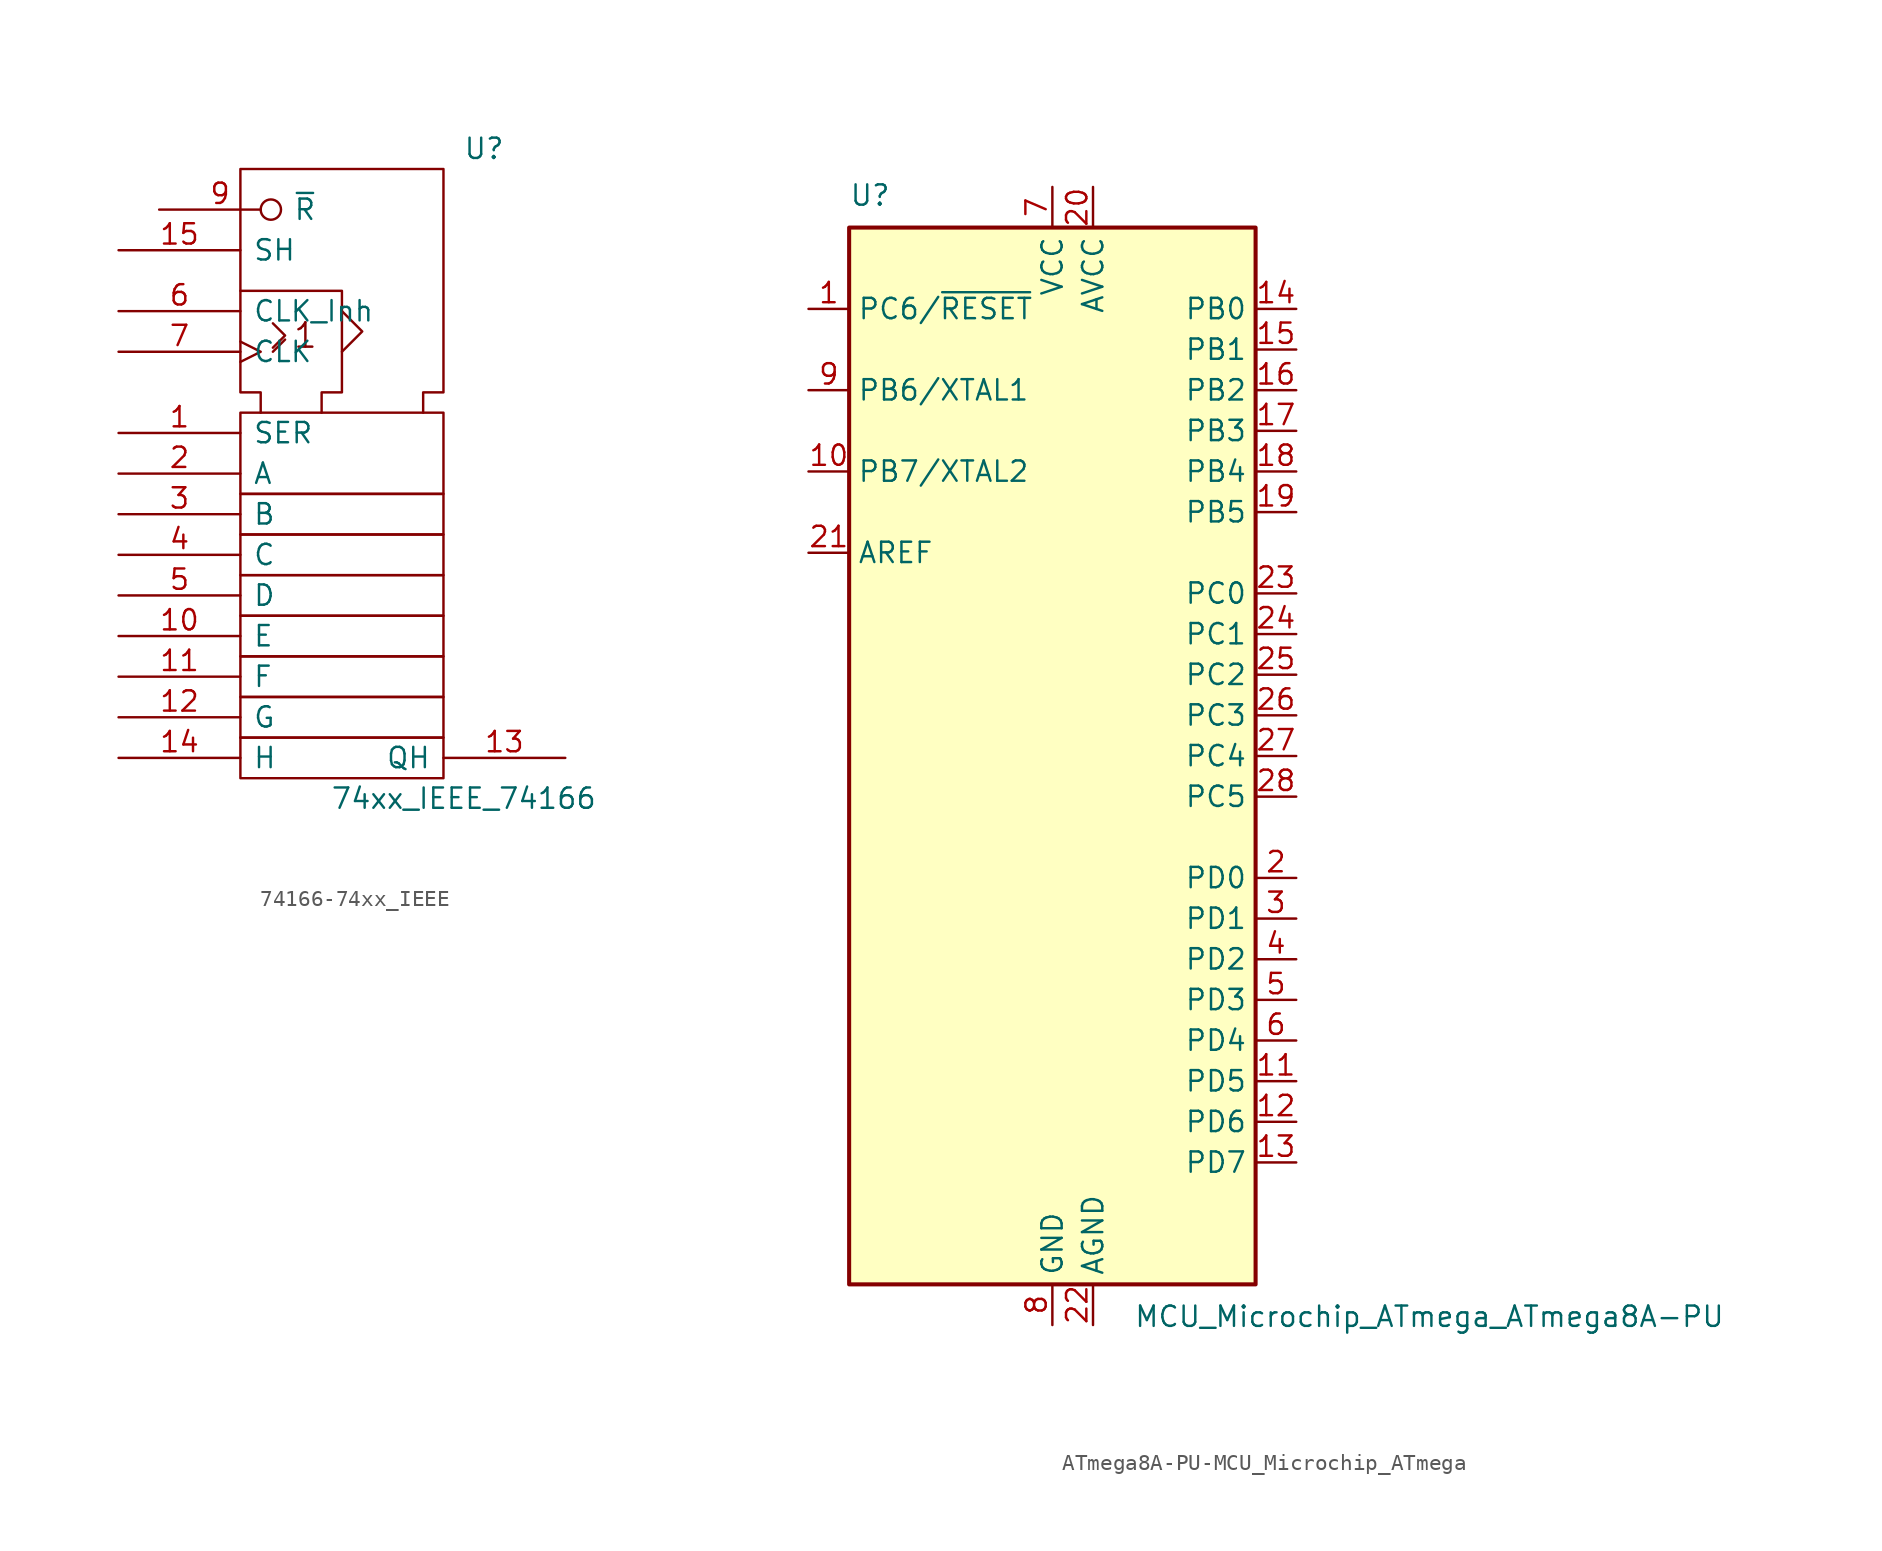
<source format=kicad_sym>
(kicad_symbol_lib
  (version 20220914)
  (generator kicad_symbol_editor)
  (symbol "74166-74xx_IEEE"
    (pin_names
      (offset 0.762))
    (property "Reference" "U"
      (at 8.89 17.78 0)
      (effects (font (size 1.27 1.27))))
    (property "Value" "74xx_IEEE_74166"
      (at 7.62 -22.86 0)
      (effects (font (size 1.27 1.27))))
    (symbol "74166-74xx_IEEE_0_0"
      (rectangle (start -6.35 -19.05) (end -6.35 -19.05) (stroke (width 0) (type solid)) (fill (type none)))
      (rectangle (start -6.35 -19.05) (end 6.35 -21.59) (stroke (width 0) (type solid)) (fill (type none)))
      (rectangle (start -6.35 -16.51) (end 6.35 -19.05) (stroke (width 0) (type solid)) (fill (type none)))
      (rectangle (start -6.35 -13.97) (end 6.35 -16.51) (stroke (width 0) (type solid)) (fill (type none)))
      (rectangle (start -6.35 -11.43) (end 6.35 -13.97) (stroke (width 0) (type solid)) (fill (type none)))
      (rectangle (start -6.35 -8.89) (end 6.35 -11.43) (stroke (width 0) (type solid)) (fill (type none)))
      (rectangle (start -6.35 -6.35) (end 6.35 -8.89) (stroke (width 0) (type solid)) (fill (type none)))
      (rectangle (start -6.35 -3.81) (end 6.35 -6.35) (stroke (width 0) (type solid)) (fill (type none)))
      (rectangle (start -6.35 1.27) (end 6.35 -3.81) (stroke (width 0) (type solid)) (fill (type none)))
      (polyline (pts (xy -4.318 5.08) (xy -3.556 5.842) (xy -3.556 5.842)) (stroke (width 0) (type solid)) (fill (type none)))
      (polyline (pts (xy -4.318 6.858) (xy -3.556 6.096) (xy -4.318 5.334) (xy -4.318 5.334)) (stroke (width 0) (type solid)) (fill (type none)))
      (polyline (pts (xy 0 7.62) (xy 1.27 6.35) (xy 0 5.08) (xy 0 5.08)) (stroke (width 0) (type solid)) (fill (type none)))
      (polyline (pts (xy -6.35 8.89) (xy 0 8.89) (xy 0 2.54) (xy -1.27 2.54) (xy -1.27 1.27) (xy -1.27 1.27)) (stroke (width 0) (type solid)) (fill (type none)))
      (polyline (pts (xy -5.08 1.27) (xy -5.08 2.54) (xy -6.35 2.54) (xy -6.35 16.51) (xy 6.35 16.51) (xy 6.35 2.54) (xy 5.08 2.54) (xy 5.08 1.27) (xy 5.08 1.27)) (stroke (width 0) (type solid)) (fill (type none)))
      (text "1" (at -2.286 6.096 0) (effects (font (size 1.524 1.524)))))
    (symbol "74166-74xx_IEEE_0_1"
      (pin power_in line (at 1.27 16.51 270) (length 0) hide (name "GND" (effects (font (size 1.27 1.27)))) (number "8" (effects (font (size 1.27 1.27))))))
    (symbol "74166-74xx_IEEE_1_1"
      (pin input line (at -13.97 0 0) (length 7.62) (name "SER" (effects (font (size 1.27 1.27)))) (number "1" (effects (font (size 1.27 1.27)))))
      (pin input line (at -13.97 -12.7 0) (length 7.62) (name "E" (effects (font (size 1.27 1.27)))) (number "10" (effects (font (size 1.27 1.27)))))
      (pin input line (at -13.97 -15.24 0) (length 7.62) (name "F" (effects (font (size 1.27 1.27)))) (number "11" (effects (font (size 1.27 1.27)))))
      (pin input line (at -13.97 -17.78 0) (length 7.62) (name "G" (effects (font (size 1.27 1.27)))) (number "12" (effects (font (size 1.27 1.27)))))
      (pin tri_state line (at 13.97 -20.32 180) (length 7.62) (name "QH" (effects (font (size 1.27 1.27)))) (number "13" (effects (font (size 1.27 1.27)))))
      (pin input line (at -13.97 -20.32 0) (length 7.62) (name "H" (effects (font (size 1.27 1.27)))) (number "14" (effects (font (size 1.27 1.27)))))
      (pin input line (at -13.97 11.43 0) (length 7.62) (name "SH" (effects (font (size 1.27 1.27)))) (number "15" (effects (font (size 1.27 1.27)))))
      (pin power_in line (at 5.08 16.51 270) (length 0) hide (name "VCC" (effects (font (size 1.27 1.27)))) (number "16" (effects (font (size 1.27 1.27)))))
      (pin input line (at -13.97 -2.54 0) (length 7.62) (name "A" (effects (font (size 1.27 1.27)))) (number "2" (effects (font (size 1.27 1.27)))))
      (pin input line (at -13.97 -5.08 0) (length 7.62) (name "B" (effects (font (size 1.27 1.27)))) (number "3" (effects (font (size 1.27 1.27)))))
      (pin input line (at -13.97 -7.62 0) (length 7.62) (name "C" (effects (font (size 1.27 1.27)))) (number "4" (effects (font (size 1.27 1.27)))))
      (pin input line (at -13.97 -10.16 0) (length 7.62) (name "D" (effects (font (size 1.27 1.27)))) (number "5" (effects (font (size 1.27 1.27)))))
      (pin input line (at -13.97 7.62 0) (length 7.62) (name "CLK_Inh" (effects (font (size 1.27 1.27)))) (number "6" (effects (font (size 1.27 1.27)))))
      (pin input clock (at -13.97 5.08 0) (length 7.62) (name "CLK" (effects (font (size 1.27 1.27)))) (number "7" (effects (font (size 1.27 1.27)))))
      (pin input inverted (at -11.43 13.97 0) (length 7.62) (name "~{R}" (effects (font (size 1.27 1.27)))) (number "9" (effects (font (size 1.27 1.27)))))))
  (symbol "ATmega8A-PU-MCU_Microchip_ATmega"
    (property "Reference" "U"
      (at -12.7 34.29 0)
      (effects (font (size 1.27 1.27)) (justify left bottom)))
    (property "Value" "MCU_Microchip_ATmega_ATmega8A-PU"
      (at 5.08 -34.29 0)
      (effects (font (size 1.27 1.27)) (justify left top)))
    (symbol "ATmega8A-PU-MCU_Microchip_ATmega_0_1"
      (rectangle (start -12.7 -33.02) (end 12.7 33.02) (stroke (width 0.254) (type solid)) (fill (type background))))
    (symbol "ATmega8A-PU-MCU_Microchip_ATmega_1_1"
      (pin bidirectional line (at -15.24 27.94 0) (length 2.54) (name "PC6/~{RESET}" (effects (font (size 1.27 1.27)))) (number "1" (effects (font (size 1.27 1.27)))))
      (pin bidirectional line (at -15.24 17.78 0) (length 2.54) (name "PB7/XTAL2" (effects (font (size 1.27 1.27)))) (number "10" (effects (font (size 1.27 1.27)))))
      (pin bidirectional line (at 15.24 -20.32 180) (length 2.54) (name "PD5" (effects (font (size 1.27 1.27)))) (number "11" (effects (font (size 1.27 1.27)))))
      (pin bidirectional line (at 15.24 -22.86 180) (length 2.54) (name "PD6" (effects (font (size 1.27 1.27)))) (number "12" (effects (font (size 1.27 1.27)))))
      (pin bidirectional line (at 15.24 -25.4 180) (length 2.54) (name "PD7" (effects (font (size 1.27 1.27)))) (number "13" (effects (font (size 1.27 1.27)))))
      (pin bidirectional line (at 15.24 27.94 180) (length 2.54) (name "PB0" (effects (font (size 1.27 1.27)))) (number "14" (effects (font (size 1.27 1.27)))))
      (pin bidirectional line (at 15.24 25.4 180) (length 2.54) (name "PB1" (effects (font (size 1.27 1.27)))) (number "15" (effects (font (size 1.27 1.27)))))
      (pin bidirectional line (at 15.24 22.86 180) (length 2.54) (name "PB2" (effects (font (size 1.27 1.27)))) (number "16" (effects (font (size 1.27 1.27)))))
      (pin bidirectional line (at 15.24 20.32 180) (length 2.54) (name "PB3" (effects (font (size 1.27 1.27)))) (number "17" (effects (font (size 1.27 1.27)))))
      (pin bidirectional line (at 15.24 17.78 180) (length 2.54) (name "PB4" (effects (font (size 1.27 1.27)))) (number "18" (effects (font (size 1.27 1.27)))))
      (pin bidirectional line (at 15.24 15.24 180) (length 2.54) (name "PB5" (effects (font (size 1.27 1.27)))) (number "19" (effects (font (size 1.27 1.27)))))
      (pin bidirectional line (at 15.24 -7.62 180) (length 2.54) (name "PD0" (effects (font (size 1.27 1.27)))) (number "2" (effects (font (size 1.27 1.27)))))
      (pin power_in line (at 2.54 35.56 270) (length 2.54) (name "AVCC" (effects (font (size 1.27 1.27)))) (number "20" (effects (font (size 1.27 1.27)))))
      (pin passive line (at -15.24 12.7 0) (length 2.54) (name "AREF" (effects (font (size 1.27 1.27)))) (number "21" (effects (font (size 1.27 1.27)))))
      (pin power_in line (at 2.54 -35.56 90) (length 2.54) (name "AGND" (effects (font (size 1.27 1.27)))) (number "22" (effects (font (size 1.27 1.27)))))
      (pin bidirectional line (at 15.24 10.16 180) (length 2.54) (name "PC0" (effects (font (size 1.27 1.27)))) (number "23" (effects (font (size 1.27 1.27)))))
      (pin bidirectional line (at 15.24 7.62 180) (length 2.54) (name "PC1" (effects (font (size 1.27 1.27)))) (number "24" (effects (font (size 1.27 1.27)))))
      (pin bidirectional line (at 15.24 5.08 180) (length 2.54) (name "PC2" (effects (font (size 1.27 1.27)))) (number "25" (effects (font (size 1.27 1.27)))))
      (pin bidirectional line (at 15.24 2.54 180) (length 2.54) (name "PC3" (effects (font (size 1.27 1.27)))) (number "26" (effects (font (size 1.27 1.27)))))
      (pin bidirectional line (at 15.24 0 180) (length 2.54) (name "PC4" (effects (font (size 1.27 1.27)))) (number "27" (effects (font (size 1.27 1.27)))))
      (pin bidirectional line (at 15.24 -2.54 180) (length 2.54) (name "PC5" (effects (font (size 1.27 1.27)))) (number "28" (effects (font (size 1.27 1.27)))))
      (pin bidirectional line (at 15.24 -10.16 180) (length 2.54) (name "PD1" (effects (font (size 1.27 1.27)))) (number "3" (effects (font (size 1.27 1.27)))))
      (pin bidirectional line (at 15.24 -12.7 180) (length 2.54) (name "PD2" (effects (font (size 1.27 1.27)))) (number "4" (effects (font (size 1.27 1.27)))))
      (pin bidirectional line (at 15.24 -15.24 180) (length 2.54) (name "PD3" (effects (font (size 1.27 1.27)))) (number "5" (effects (font (size 1.27 1.27)))))
      (pin bidirectional line (at 15.24 -17.78 180) (length 2.54) (name "PD4" (effects (font (size 1.27 1.27)))) (number "6" (effects (font (size 1.27 1.27)))))
      (pin power_in line (at 0 35.56 270) (length 2.54) (name "VCC" (effects (font (size 1.27 1.27)))) (number "7" (effects (font (size 1.27 1.27)))))
      (pin power_in line (at 0 -35.56 90) (length 2.54) (name "GND" (effects (font (size 1.27 1.27)))) (number "8" (effects (font (size 1.27 1.27)))))
      (pin bidirectional line (at -15.24 22.86 0) (length 2.54) (name "PB6/XTAL1" (effects (font (size 1.27 1.27)))) (number "9" (effects (font (size 1.27 1.27))))))))
</source>
